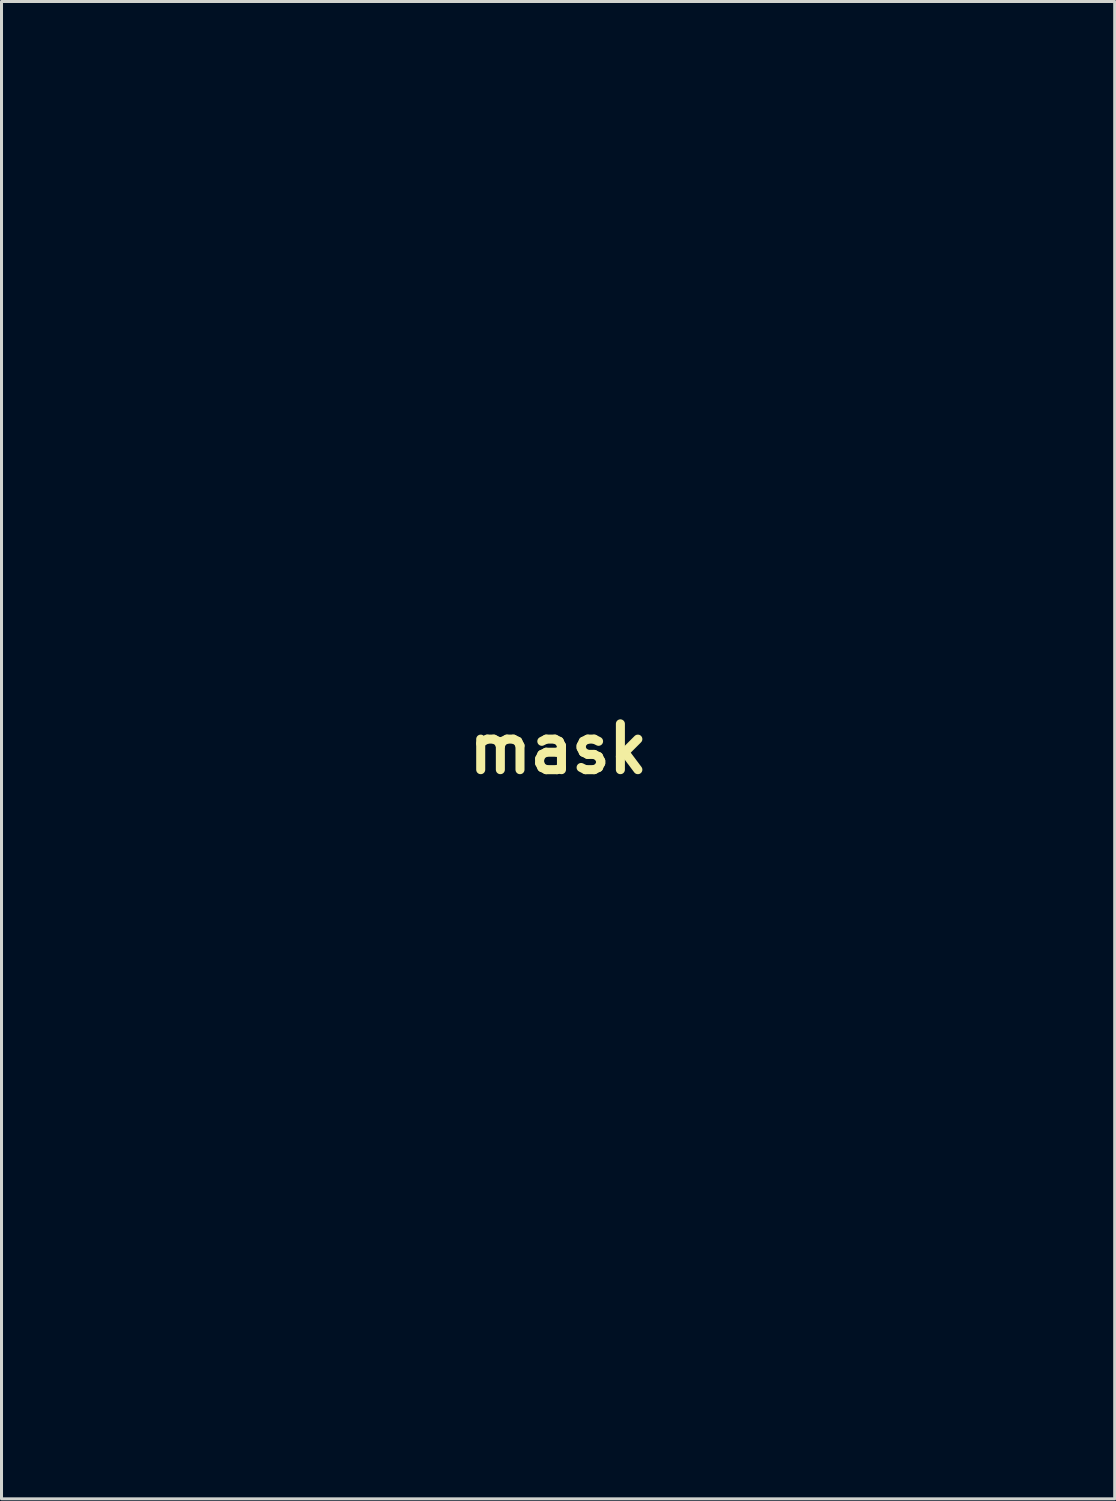
<source format=kicad_pcb>
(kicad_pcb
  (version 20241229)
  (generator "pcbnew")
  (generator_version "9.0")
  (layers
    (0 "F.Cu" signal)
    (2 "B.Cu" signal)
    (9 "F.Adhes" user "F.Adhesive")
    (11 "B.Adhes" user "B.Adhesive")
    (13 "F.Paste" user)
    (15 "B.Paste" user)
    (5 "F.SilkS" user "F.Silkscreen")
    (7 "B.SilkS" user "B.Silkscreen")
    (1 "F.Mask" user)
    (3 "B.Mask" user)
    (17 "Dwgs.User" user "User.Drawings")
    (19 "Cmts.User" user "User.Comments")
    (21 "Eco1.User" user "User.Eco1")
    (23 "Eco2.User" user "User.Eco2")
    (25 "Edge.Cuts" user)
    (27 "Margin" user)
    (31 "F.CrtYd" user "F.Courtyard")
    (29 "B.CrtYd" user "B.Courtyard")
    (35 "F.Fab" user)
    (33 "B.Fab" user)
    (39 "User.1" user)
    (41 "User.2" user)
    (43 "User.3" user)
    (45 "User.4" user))
  (footprint "mask"
    (layer "F.Cu")
    (at 15.511 21.854)
    (property "Reference" "mask" (at 0 0 0) (layer "F.SilkS") (effects (font (size 1.524 1.524) (thickness 0.3))))
    (attr through_hole)
    (fp_poly (pts (xy -15.156 10.395) (xy -15.155 10.414) (xy -15.22 10.495) (xy -15.245 10.499) (xy -15.296 10.447) (xy -15.282 10.414) (xy -15.206 10.333) (xy -15.193 10.329) (xy -15.156 10.395)) (stroke (width 0.01) (type solid)) (fill yes) (layer "F.Mask"))
    (fp_poly (pts (xy 4.984 -21.833) (xy 5.25 -21.82) (xy 5.374 -21.798) (xy 5.369 -21.765) (xy 5.336 -21.75) (xy 5.035 -21.583) (xy 4.875 -21.359) (xy 4.826 -21.037) (xy 4.826 -21.023) (xy 4.905 -20.542) (xy 5.129 -20.125) (xy 5.483 -19.803) (xy 5.532 -19.773) (xy 5.791 -19.646) (xy 6.026 -19.568) (xy 6.108 -19.558) (xy 6.306 -19.523) (xy 6.408 -19.466) (xy 6.525 -19.433) (xy 6.734 -19.498) (xy 6.851 -19.554) (xy 7.121 -19.744) (xy 7.321 -19.984) (xy 7.426 -20.231) (xy 7.412 -20.444) (xy 7.396 -20.473) (xy 7.22 -20.623) (xy 7.005 -20.621) (xy 6.852 -20.526) (xy 6.733 -20.445) (xy 6.689 -20.463) (xy 6.765 -20.621) (xy 6.959 -20.758) (xy 7.219 -20.857) (xy 7.495 -20.901) (xy 7.735 -20.876) (xy 7.84 -20.821) (xy 8.029 -20.575) (xy 8.075 -20.292) (xy 7.994 -19.995) (xy 7.802 -19.707) (xy 7.515 -19.451) (xy 7.147 -19.248) (xy 6.716 -19.122) (xy 6.646 -19.111) (xy 6.347 -19.105) (xy 6.01 -19.147) (xy 5.914 -19.169) (xy 5.628 -19.262) (xy 5.379 -19.371) (xy 5.313 -19.409) (xy 5.014 -19.509) (xy 4.775 -19.502) (xy 4.541 -19.496) (xy 4.3 -19.557) (xy 3.99 -19.699) (xy 3.941 -19.724) (xy 3.684 -19.854) (xy 3.559 -19.9) (xy 3.554 -19.865) (xy 3.587 -19.824) (xy 3.805 -19.654) (xy 4.11 -19.498) (xy 4.438 -19.382) (xy 4.727 -19.33) (xy 4.839 -19.336) (xy 5.01 -19.349) (xy 5.08 -19.313) (xy 5.006 -19.227) (xy 4.808 -19.19) (xy 4.525 -19.196) (xy 4.194 -19.242) (xy 3.852 -19.325) (xy 3.539 -19.44) (xy 3.451 -19.483) (xy 3.106 -19.75) (xy 2.889 -20.107) (xy 2.831 -20.405) (xy 3.785 -20.405) (xy 3.789 -20.16) (xy 3.854 -20.005) (xy 4.017 -19.866) (xy 4.055 -19.839) (xy 4.261 -19.733) (xy 4.49 -19.662) (xy 4.691 -19.636) (xy 4.812 -19.664) (xy 4.826 -19.696) (xy 4.774 -19.784) (xy 4.64 -19.951) (xy 4.53 -20.077) (xy 4.344 -20.31) (xy 4.256 -20.52) (xy 4.233 -20.788) (xy 4.233 -20.805) (xy 4.233 -21.205) (xy 4.018 -20.99) (xy 3.85 -20.745) (xy 3.786 -20.422) (xy 3.785 -20.405) (xy 2.831 -20.405) (xy 2.809 -20.519) (xy 2.875 -20.955) (xy 2.961 -21.162) (xy 3.115 -21.432) (xy 3.279 -21.62) (xy 3.485 -21.741) (xy 3.766 -21.808) (xy 4.156 -21.836) (xy 4.562 -21.839) (xy 4.984 -21.833)) (stroke (width 0.01) (type solid)) (fill yes) (layer "F.Mask"))
    (fp_poly (pts (xy 10.817 -21.592) (xy 11.035 -21.447) (xy 11.198 -21.354) (xy 11.25 -21.336) (xy 11.337 -21.279) (xy 11.506 -21.126) (xy 11.724 -20.909) (xy 11.781 -20.849) (xy 12.179 -20.358) (xy 12.568 -19.746) (xy 12.923 -19.058) (xy 13.216 -18.341) (xy 13.264 -18.203) (xy 13.379 -17.877) (xy 13.482 -17.615) (xy 13.557 -17.457) (xy 13.578 -17.43) (xy 13.701 -17.387) (xy 13.924 -17.341) (xy 14.02 -17.326) (xy 14.292 -17.264) (xy 14.635 -17.15) (xy 14.941 -17.025) (xy 15.494 -16.775) (xy 15.494 -13.217) (xy 15.201 -12.574) (xy 15.04 -12.239) (xy 14.882 -11.934) (xy 14.754 -11.716) (xy 14.735 -11.688) (xy 14.605 -11.496) (xy 14.585 -11.404) (xy 14.682 -11.376) (xy 14.817 -11.374) (xy 15.083 -11.334) (xy 15.283 -11.26) (xy 15.412 -11.166) (xy 15.475 -11.028) (xy 15.494 -10.789) (xy 15.494 -10.728) (xy 15.489 -10.54) (xy 15.461 -10.392) (xy 15.388 -10.248) (xy 15.25 -10.076) (xy 15.025 -9.84) (xy 14.83 -9.644) (xy 14.165 -8.98) (xy 14.495 -8.762) (xy 14.843 -8.51) (xy 15.142 -8.253) (xy 15.365 -8.018) (xy 15.483 -7.834) (xy 15.494 -7.78) (xy 15.415 -7.598) (xy 15.196 -7.398) (xy 14.862 -7.194) (xy 14.44 -7) (xy 13.954 -6.832) (xy 13.737 -6.773) (xy 13.519 -6.704) (xy 13.391 -6.635) (xy 13.377 -6.612) (xy 13.454 -6.556) (xy 13.655 -6.494) (xy 13.936 -6.433) (xy 14.253 -6.384) (xy 14.56 -6.355) (xy 14.707 -6.35) (xy 14.992 -6.382) (xy 15.24 -6.462) (xy 15.289 -6.489) (xy 15.5 -6.628) (xy 15.476 -5.79) (xy 15.452 -4.953) (xy 14.944 -4.845) (xy 14.516 -4.785) (xy 13.99 -4.76) (xy 13.419 -4.767) (xy 12.855 -4.804) (xy 12.348 -4.869) (xy 11.951 -4.96) (xy 11.917 -4.971) (xy 11.625 -5.06) (xy 11.467 -5.085) (xy 11.451 -5.049) (xy 11.584 -4.959) (xy 11.748 -4.876) (xy 11.925 -4.784) (xy 12.219 -4.626) (xy 12.596 -4.418) (xy 13.026 -4.177) (xy 13.377 -3.978) (xy 13.835 -3.72) (xy 14.272 -3.477) (xy 14.655 -3.268) (xy 14.95 -3.111) (xy 15.092 -3.039) (xy 15.494 -2.845) (xy 15.494 0.123) (xy 15.243 -0.181) (xy 15.024 -0.406) (xy 14.703 -0.687) (xy 14.32 -0.991) (xy 13.919 -1.285) (xy 13.54 -1.538) (xy 13.377 -1.635) (xy 12.996 -1.852) (xy 12.343 -1.63) (xy 11.689 -1.408) (xy 11.971 -1.064) (xy 12.211 -0.748) (xy 12.474 -0.365) (xy 12.742 0.055) (xy 12.998 0.482) (xy 13.223 0.887) (xy 13.402 1.237) (xy 13.515 1.505) (xy 13.547 1.642) (xy 13.492 1.633) (xy 13.349 1.527) (xy 13.148 1.347) (xy 13.145 1.343) (xy 12.813 1.045) (xy 12.429 0.73) (xy 12.039 0.433) (xy 11.689 0.189) (xy 11.472 0.059) (xy 11.293 -0.057) (xy 11.035 -0.253) (xy 10.743 -0.492) (xy 10.632 -0.588) (xy 10.309 -0.859) (xy 10.081 -1.03) (xy 9.955 -1.095) (xy 9.937 -1.051) (xy 10.024 -0.91) (xy 10.146 -0.721) (xy 10.211 -0.593) (xy 10.39 -0.157) (xy 10.543 0.137) (xy 10.68 0.307) (xy 10.816 0.479) (xy 10.809 0.602) (xy 10.673 0.654) (xy 10.543 0.611) (xy 10.437 0.439) (xy 10.396 0.328) (xy 10.324 0.166) (xy 10.203 -0.003) (xy 10.011 -0.201) (xy 9.725 -0.453) (xy 9.354 -0.758) (xy 9.019 -1.024) (xy 8.733 -1.244) (xy 8.52 -1.4) (xy 8.406 -1.474) (xy 8.394 -1.477) (xy 8.425 -1.402) (xy 8.539 -1.238) (xy 8.658 -1.084) (xy 8.913 -0.747) (xy 9.069 -0.495) (xy 9.123 -0.338) (xy 9.075 -0.286) (xy 8.923 -0.349) (xy 8.755 -0.466) (xy 8.552 -0.598) (xy 8.29 -0.737) (xy 8.016 -0.864) (xy 7.774 -0.957) (xy 7.609 -0.999) (xy 7.567 -0.992) (xy 7.565 -0.9) (xy 7.585 -0.678) (xy 7.624 -0.363) (xy 7.657 -0.12) (xy 7.72 0.374) (xy 7.778 0.934) (xy 7.821 1.456) (xy 7.828 1.566) (xy 7.854 2.004) (xy 7.889 2.538) (xy 7.927 3.093) (xy 7.957 3.514) (xy 7.99 4.036) (xy 8.017 4.6) (xy 8.035 5.131) (xy 8.041 5.485) (xy 8.043 6.356) (xy 8.319 6.042) (xy 8.54 5.808) (xy 8.839 5.52) (xy 9.183 5.205) (xy 9.541 4.89) (xy 9.883 4.602) (xy 10.176 4.369) (xy 10.39 4.218) (xy 10.438 4.191) (xy 11.375 3.802) (xy 12.373 3.539) (xy 13.392 3.409) (xy 14.39 3.42) (xy 14.805 3.47) (xy 15.494 3.577) (xy 15.494 21.929) (xy 13.884 21.929) (xy 13.355 21.924) (xy 12.887 21.912) (xy 12.508 21.894) (xy 12.244 21.87) (xy 12.127 21.845) (xy 11.966 21.769) (xy 11.714 21.666) (xy 11.541 21.601) (xy 11.103 21.441) (xy 10.822 21.682) (xy 10.513 21.878) (xy 10.229 21.931) (xy 9.995 21.84) (xy 9.864 21.675) (xy 9.752 21.502) (xy 9.655 21.422) (xy 9.648 21.421) (xy 9.534 21.454) (xy 9.313 21.54) (xy 9.03 21.663) (xy 9.003 21.675) (xy 8.443 21.929) (xy -15.494 21.929) (xy -15.494 14.221) (xy -14.677 13.436) (xy -14.325 13.093) (xy -14.09 12.839) (xy -13.969 12.641) (xy -13.96 12.468) (xy -14.06 12.289) (xy -14.266 12.073) (xy -14.528 11.831) (xy -14.977 11.421) (xy -14.643 10.787) (xy -14.445 10.39) (xy -14.337 10.115) (xy -14.32 9.942) (xy -14.391 9.851) (xy -14.55 9.822) (xy -14.574 9.821) (xy -14.837 9.777) (xy -15.088 9.662) (xy -15.298 9.504) (xy -15.438 9.331) (xy -15.478 9.168) (xy -15.397 9.05) (xy -15.225 8.983) (xy -15.168 8.976) (xy -15.028 8.953) (xy -14.787 8.894) (xy -14.589 8.839) (xy -14.276 8.725) (xy -14.077 8.585) (xy -13.966 8.437) (xy -13.815 8.26) (xy -13.567 8.048) (xy -13.274 7.843) (xy -13.255 7.831) (xy -13.21 7.803) (xy -3.429 7.803) (xy -3.409 8.05) (xy -3.377 8.15) (xy -3.323 8.197) (xy -3.206 8.192) (xy -2.99 8.136) (xy -2.788 8.077) (xy -2.201 7.876) (xy -1.755 7.656) (xy -1.423 7.403) (xy -1.326 7.3) (xy -1.07 7.005) (xy -0.888 6.82) (xy -0.735 6.733) (xy -0.568 6.731) (xy -0.343 6.802) (xy -0.021 6.931) (xy 0.23 7.028) (xy 0.364 7.06) (xy 0.416 7.03) (xy 0.424 6.963) (xy 0.366 6.849) (xy 0.207 6.65) (xy -0.028 6.392) (xy -0.315 6.105) (xy -0.316 6.104) (xy -0.671 5.749) (xy -0.903 5.486) (xy -1.019 5.303) (xy -1.037 5.215) (xy -1.055 5.116) (xy -1.149 5.013) (xy -1.343 4.888) (xy -1.664 4.72) (xy -1.733 4.686) (xy -2.448 4.335) (xy -2.578 4.686) (xy -2.866 5.498) (xy -3.098 6.23) (xy -3.272 6.869) (xy -3.383 7.398) (xy -3.429 7.803) (xy -13.21 7.803) (xy -12.991 7.664) (xy -12.795 7.526) (xy -12.703 7.445) (xy -12.7 7.437) (xy -12.779 7.418) (xy -12.994 7.409) (xy -13.313 7.41) (xy -13.702 7.422) (xy -14.703 7.463) (xy -15.077 7.178) (xy -15.353 6.923) (xy -15.473 6.693) (xy -15.479 6.66) (xy -15.506 6.427) (xy -14.886 6.479) (xy -14.486 6.493) (xy -14.016 6.479) (xy -13.574 6.442) (xy -13.547 6.438) (xy -13.098 6.381) (xy -12.584 6.319) (xy -12.109 6.264) (xy -12.065 6.259) (xy -11.639 6.203) (xy -11.2 6.131) (xy -10.831 6.057) (xy -10.77 6.043) (xy -10.28 5.963) (xy -9.719 5.939) (xy -9.138 5.967) (xy -8.585 6.041) (xy -8.113 6.16) (xy -7.859 6.266) (xy -7.599 6.395) (xy -7.426 6.448) (xy -7.281 6.435) (xy -7.158 6.389) (xy -6.928 6.295) (xy -6.747 6.23) (xy -6.605 6.111) (xy -6.438 5.849) (xy -6.25 5.464) (xy -6.05 4.979) (xy -5.845 4.416) (xy -5.641 3.796) (xy -5.446 3.142) (xy -5.267 2.476) (xy -5.109 1.82) (xy -4.982 1.194) (xy -4.891 0.623) (xy -4.855 0.296) (xy -4.805 -0.296) (xy -5.387 -0.296) (xy -5.698 -0.292) (xy -5.892 -0.265) (xy -6.022 -0.198) (xy -6.14 -0.07) (xy -6.194 0) (xy -6.515 0.324) (xy -6.932 0.604) (xy -7.397 0.821) (xy -7.865 0.954) (xy -8.29 0.984) (xy -8.424 0.965) (xy -8.961 0.766) (xy -9.426 0.427) (xy -9.79 -0.03) (xy -9.865 -0.165) (xy -9.945 -0.372) (xy -9.948 -0.391) (xy -9.65 -0.391) (xy -9.631 -0.197) (xy -9.566 -0.057) (xy -9.477 0.048) (xy -9.146 0.286) (xy -8.718 0.429) (xy -8.238 0.471) (xy -7.752 0.407) (xy -7.354 0.26) (xy -7.075 0.094) (xy -6.819 -0.092) (xy -6.752 -0.15) (xy -6.592 -0.337) (xy -6.52 -0.494) (xy -6.55 -0.584) (xy -6.593 -0.593) (xy -6.684 -0.648) (xy -6.859 -0.795) (xy -7.081 -1.002) (xy -7.113 -1.033) (xy -7.499 -1.494) (xy -7.826 -2.04) (xy -8.027 -2.524) (xy -6.773 -2.524) (xy -6.73 -2.35) (xy -6.613 -2.076) (xy -6.442 -1.745) (xy -6.238 -1.399) (xy -6.197 -1.335) (xy -5.941 -1.005) (xy -5.678 -0.779) (xy -5.429 -0.66) (xy -5.218 -0.655) (xy -5.066 -0.768) (xy -4.997 -1.004) (xy -4.995 -1.063) (xy -5.023 -1.285) (xy -5.128 -1.404) (xy -5.198 -1.436) (xy -5.368 -1.535) (xy -5.44 -1.624) (xy -5.497 -1.685) (xy -5.612 -1.62) (xy -5.639 -1.598) (xy -5.887 -1.433) (xy -6.085 -1.396) (xy -6.209 -1.49) (xy -6.223 -1.525) (xy -6.227 -1.719) (xy -6.18 -1.821) (xy -6.147 -1.914) (xy -6.207 -2.037) (xy -6.379 -2.223) (xy -6.427 -2.269) (xy -6.613 -2.434) (xy -6.738 -2.523) (xy -6.773 -2.524) (xy -8.027 -2.524) (xy -8.065 -2.615) (xy -8.112 -2.827) (xy 10.329 -2.827) (xy 10.385 -2.753) (xy 10.536 -2.588) (xy 10.754 -2.361) (xy 10.901 -2.213) (xy 11.188 -1.933) (xy 11.4 -1.765) (xy 11.58 -1.696) (xy 11.77 -1.718) (xy 12.015 -1.819) (xy 12.18 -1.901) (xy 12.55 -2.087) (xy 11.842 -2.347) (xy 11.263 -2.556) (xy 10.817 -2.709) (xy 10.512 -2.802) (xy 10.352 -2.835) (xy 10.329 -2.827) (xy -8.112 -2.827) (xy -8.187 -3.161) (xy -8.187 -3.166) (xy -8.222 -3.424) (xy -8.262 -3.596) (xy -8.288 -3.641) (xy -8.362 -3.571) (xy -8.494 -3.383) (xy -8.664 -3.11) (xy -8.853 -2.785) (xy -9.043 -2.442) (xy -9.214 -2.113) (xy -9.346 -1.831) (xy -9.376 -1.761) (xy -9.501 -1.38) (xy -9.597 -0.959) (xy -9.633 -0.697) (xy -9.65 -0.391) (xy -9.948 -0.391) (xy -9.98 -0.616) (xy -9.977 -0.951) (xy -9.968 -1.096) (xy -9.941 -1.377) (xy -9.897 -1.641) (xy -9.827 -1.913) (xy -9.72 -2.219) (xy -9.567 -2.584) (xy -9.36 -3.033) (xy -9.088 -3.591) (xy -8.887 -3.996) (xy -8.596 -4.596) (xy -8.388 -5.075) (xy -8.271 -5.419) (xy -4.9 -5.419) (xy -4.895 -5.117) (xy -4.874 -4.858) (xy -4.856 -4.756) (xy -4.803 -4.622) (xy -4.729 -4.637) (xy -4.679 -4.683) (xy -4.601 -4.816) (xy -4.65 -4.982) (xy -4.653 -4.989) (xy -4.733 -5.191) (xy -4.807 -5.461) (xy -4.822 -5.528) (xy -4.892 -5.884) (xy -4.9 -5.419) (xy -8.271 -5.419) (xy -8.259 -5.455) (xy -8.202 -5.76) (xy -8.214 -6.012) (xy -8.29 -6.235) (xy -8.373 -6.38) (xy -8.532 -6.622) (xy -8.637 -6.295) (xy -8.829 -5.806) (xy -9.104 -5.251) (xy -9.433 -4.675) (xy -9.79 -4.124) (xy -10.146 -3.644) (xy -10.469 -3.284) (xy -10.872 -2.967) (xy -11.385 -2.667) (xy -11.949 -2.415) (xy -12.505 -2.237) (xy -12.697 -2.196) (xy -13.071 -2.143) (xy -13.433 -2.127) (xy -13.85 -2.149) (xy -14.177 -2.181) (xy -14.567 -2.231) (xy -14.916 -2.286) (xy -15.174 -2.338) (xy -15.265 -2.364) (xy -15.394 -2.427) (xy -15.462 -2.52) (xy -15.489 -2.694) (xy -15.494 -2.953) (xy -15.494 -3.455) (xy -15.05 -3.216) (xy -14.384 -2.952) (xy -13.624 -2.821) (xy -12.845 -2.82) (xy -12.343 -2.864) (xy -11.977 -2.926) (xy -11.711 -3.018) (xy -11.51 -3.156) (xy -11.34 -3.354) (xy -11.263 -3.467) (xy -10.765 -4.357) (xy -10.363 -5.312) (xy -10.071 -6.288) (xy -9.937 -7.056) (xy -8.386 -7.056) (xy -8.38 -6.841) (xy -8.32 -6.668) (xy -8.236 -6.504) (xy -8.19 -6.435) (xy -8.189 -6.434) (xy -8.184 -6.512) (xy -8.188 -6.72) (xy -8.198 -7.018) (xy -8.203 -7.133) (xy -8.236 -7.832) (xy -8.334 -7.366) (xy -8.386 -7.056) (xy -9.937 -7.056) (xy -9.905 -7.239) (xy -9.879 -7.559) (xy -9.835 -8.387) (xy -10.23 -7.982) (xy -10.574 -7.646) (xy -10.946 -7.31) (xy -11.31 -7.004) (xy -11.631 -6.756) (xy -11.874 -6.598) (xy -11.897 -6.586) (xy -12.107 -6.494) (xy -12.412 -6.377) (xy -12.733 -6.266) (xy -13.063 -6.169) (xy -13.355 -6.117) (xy -13.677 -6.103) (xy -14.088 -6.118) (xy -14.478 -6.154) (xy -14.841 -6.21) (xy -15.116 -6.277) (xy -15.177 -6.3) (xy -15.494 -6.437) (xy -15.493 -9.779) (xy -15.316 -9.483) (xy -14.949 -8.992) (xy -14.526 -8.633) (xy -14.065 -8.419) (xy -13.644 -8.362) (xy -13.241 -8.434) (xy -12.782 -8.623) (xy -12.304 -8.903) (xy -12.299 -8.907) (xy 10.423 -8.907) (xy 10.517 -8.828) (xy 10.765 -8.731) (xy 10.858 -8.701) (xy 11.416 -8.531) (xy 11.847 -8.413) (xy 12.188 -8.343) (xy 12.471 -8.317) (xy 12.732 -8.331) (xy 13.005 -8.381) (xy 13.176 -8.424) (xy 13.611 -8.584) (xy 13.925 -8.802) (xy 14.097 -9.06) (xy 14.1 -9.069) (xy 14.109 -9.298) (xy 14.042 -9.596) (xy 13.92 -9.894) (xy 13.781 -10.104) (xy 13.595 -10.313) (xy 13.237 -10.066) (xy 12.872 -9.84) (xy 12.441 -9.611) (xy 11.992 -9.401) (xy 11.571 -9.231) (xy 11.224 -9.122) (xy 11.104 -9.098) (xy 10.713 -9.036) (xy 10.487 -8.974) (xy 10.423 -8.907) (xy -12.299 -8.907) (xy -11.841 -9.248) (xy -11.43 -9.631) (xy -11.105 -10.027) (xy -10.916 -10.373) (xy -10.782 -10.713) (xy -11.505 -10.479) (xy -11.885 -10.357) (xy -12.133 -10.284) (xy -12.276 -10.255) (xy -12.343 -10.263) (xy -12.361 -10.303) (xy -12.361 -10.313) (xy -12.289 -10.377) (xy -12.102 -10.469) (xy -11.937 -10.533) (xy -11.5 -10.776) (xy -11.083 -11.181) (xy -10.691 -11.742) (xy -10.47 -12.15) (xy -10.327 -12.449) (xy -10.218 -12.691) (xy -10.163 -12.837) (xy -10.16 -12.856) (xy -10.188 -12.913) (xy -10.285 -12.962) (xy -10.472 -13.009) (xy -10.769 -13.056) (xy -11.195 -13.108) (xy -11.726 -13.164) (xy -12.39 -13.232) (xy -12.902 -13.287) (xy -13.282 -13.331) (xy -13.547 -13.367) (xy -13.715 -13.397) (xy -13.804 -13.423) (xy -13.817 -13.43) (xy -13.93 -13.407) (xy -14.094 -13.252) (xy -14.295 -12.991) (xy -14.516 -12.647) (xy -14.743 -12.245) (xy -14.96 -11.809) (xy -15.151 -11.363) (xy -15.206 -11.218) (xy -15.486 -10.456) (xy -15.49 -11.798) (xy -15.494 -13.139) (xy -15.04 -13.589) (xy -13.825 -13.589) (xy -13.368 -13.547) (xy -12.55 -13.526) (xy -11.845 -13.626) (xy -11.643 -13.684) (xy -11.342 -13.797) (xy -10.977 -13.957) (xy -10.662 -14.11) (xy -10.106 -14.398) (xy -10.424 -14.743) (xy -10.614 -14.939) (xy -10.758 -15.035) (xy -10.922 -15.056) (xy -11.168 -15.029) (xy -11.599 -14.922) (xy -12.102 -14.72) (xy -12.629 -14.447) (xy -13.13 -14.127) (xy -13.312 -13.991) (xy -13.825 -13.589) (xy -15.04 -13.589) (xy -14.965 -13.663) (xy -14.447 -14.136) (xy -13.943 -14.499) (xy -13.39 -14.794) (xy -12.975 -14.968) (xy -12.401 -15.184) (xy -11.953 -15.332) (xy -11.603 -15.421) (xy -11.327 -15.458) (xy -11.168 -15.457) (xy -10.848 -15.434) (xy -10.895 -15.831) (xy -10.901 -16.323) (xy -10.824 -16.918) (xy -10.672 -17.577) (xy -10.501 -18.119) (xy -7.607 -18.119) (xy -7.593 -17.998) (xy -7.564 -18.013) (xy -7.553 -18.186) (xy -7.564 -18.224) (xy -7.595 -18.235) (xy -7.607 -18.119) (xy -10.501 -18.119) (xy -10.456 -18.26) (xy -10.185 -18.929) (xy -10.18 -18.939) (xy -7.642 -18.939) (xy -7.636 -18.811) (xy -7.621 -18.796) (xy -7.57 -18.871) (xy -7.518 -19.062) (xy -7.497 -19.178) (xy -7.424 -19.503) (xy -7.309 -19.85) (xy -7.269 -19.947) (xy -7.178 -20.176) (xy -7.134 -20.334) (xy -7.136 -20.372) (xy -7.186 -20.326) (xy -7.27 -20.159) (xy -7.371 -19.912) (xy -7.474 -19.626) (xy -7.562 -19.342) (xy -7.609 -19.156) (xy -7.642 -18.939) (xy -10.18 -18.939) (xy -10.128 -19.05) (xy -9.903 -19.453) (xy -9.584 -19.93) (xy -9.202 -20.441) (xy -8.787 -20.945) (xy -8.44 -21.328) (xy -7.947 -21.844) (xy -4.236 -21.844) (xy -4.572 -21.4) (xy -4.83 -21.005) (xy -5.028 -20.593) (xy -5.144 -20.218) (xy -5.164 -20.03) (xy -5.097 -19.767) (xy -4.924 -19.487) (xy -4.689 -19.252) (xy -4.568 -19.175) (xy -4.384 -19.092) (xy -4.277 -19.066) (xy -4.271 -19.069) (xy -4.235 -19.157) (xy -4.16 -19.374) (xy -4.057 -19.687) (xy -3.942 -20.049) (xy -3.762 -20.597) (xy -3.596 -21.048) (xy -3.454 -21.38) (xy -3.344 -21.571) (xy -3.336 -21.58) (xy -3.23 -21.603) (xy -2.994 -21.609) (xy -2.668 -21.6) (xy -2.289 -21.578) (xy -1.897 -21.547) (xy -1.531 -21.506) (xy -1.228 -21.46) (xy -1.217 -21.458) (xy -0.864 -21.371) (xy -0.411 -21.232) (xy 0.091 -21.06) (xy 0.588 -20.872) (xy 1.028 -20.689) (xy 1.308 -20.556) (xy 1.487 -20.434) (xy 1.736 -20.228) (xy 2.012 -19.979) (xy 2.269 -19.727) (xy 2.434 -19.547) (xy 2.624 -19.323) (xy 2.155 -18.326) (xy 1.982 -17.945) (xy 1.844 -17.616) (xy 1.753 -17.37) (xy 1.722 -17.239) (xy 1.724 -17.23) (xy 1.819 -17.168) (xy 2.038 -17.091) (xy 2.339 -17.012) (xy 2.426 -16.993) (xy 2.792 -16.91) (xy 3.254 -16.799) (xy 3.743 -16.675) (xy 4.064 -16.59) (xy 4.476 -16.482) (xy 4.8 -16.411) (xy 5.09 -16.369) (xy 5.399 -16.352) (xy 5.78 -16.354) (xy 6.181 -16.366) (xy 6.911 -16.408) (xy 7.517 -16.485) (xy 8.04 -16.606) (xy 8.523 -16.781) (xy 8.763 -16.891) (xy 9.235 -17.174) (xy 9.669 -17.536) (xy 9.828 -17.71) (xy 12.817 -17.71) (xy 12.847 -17.515) (xy 12.862 -17.462) (xy 12.934 -17.439) (xy 13.024 -17.476) (xy 13.038 -17.505) (xy 13.006 -17.692) (xy 12.938 -17.864) (xy 12.863 -17.948) (xy 12.857 -17.949) (xy 12.82 -17.878) (xy 12.817 -17.71) (xy 9.828 -17.71) (xy 10.04 -17.943) (xy 10.322 -18.366) (xy 10.489 -18.774) (xy 10.524 -19.004) (xy 10.465 -19.315) (xy 10.289 -19.692) (xy 10.019 -20.103) (xy 9.68 -20.521) (xy 9.297 -20.915) (xy 8.892 -21.257) (xy 8.489 -21.519) (xy 8.418 -21.555) (xy 7.916 -21.802) (xy 9.185 -21.825) (xy 10.454 -21.849) (xy 10.817 -21.592)) (stroke (width 0.01) (type solid)) (fill yes) (layer "F.Mask")))
  (gr_rect
    (start -3 -3)
    (end 34.016 46.79)
    (stroke (width 0.1) (type default))
    (fill no)
    (layer "Edge.Cuts")))
</source>
